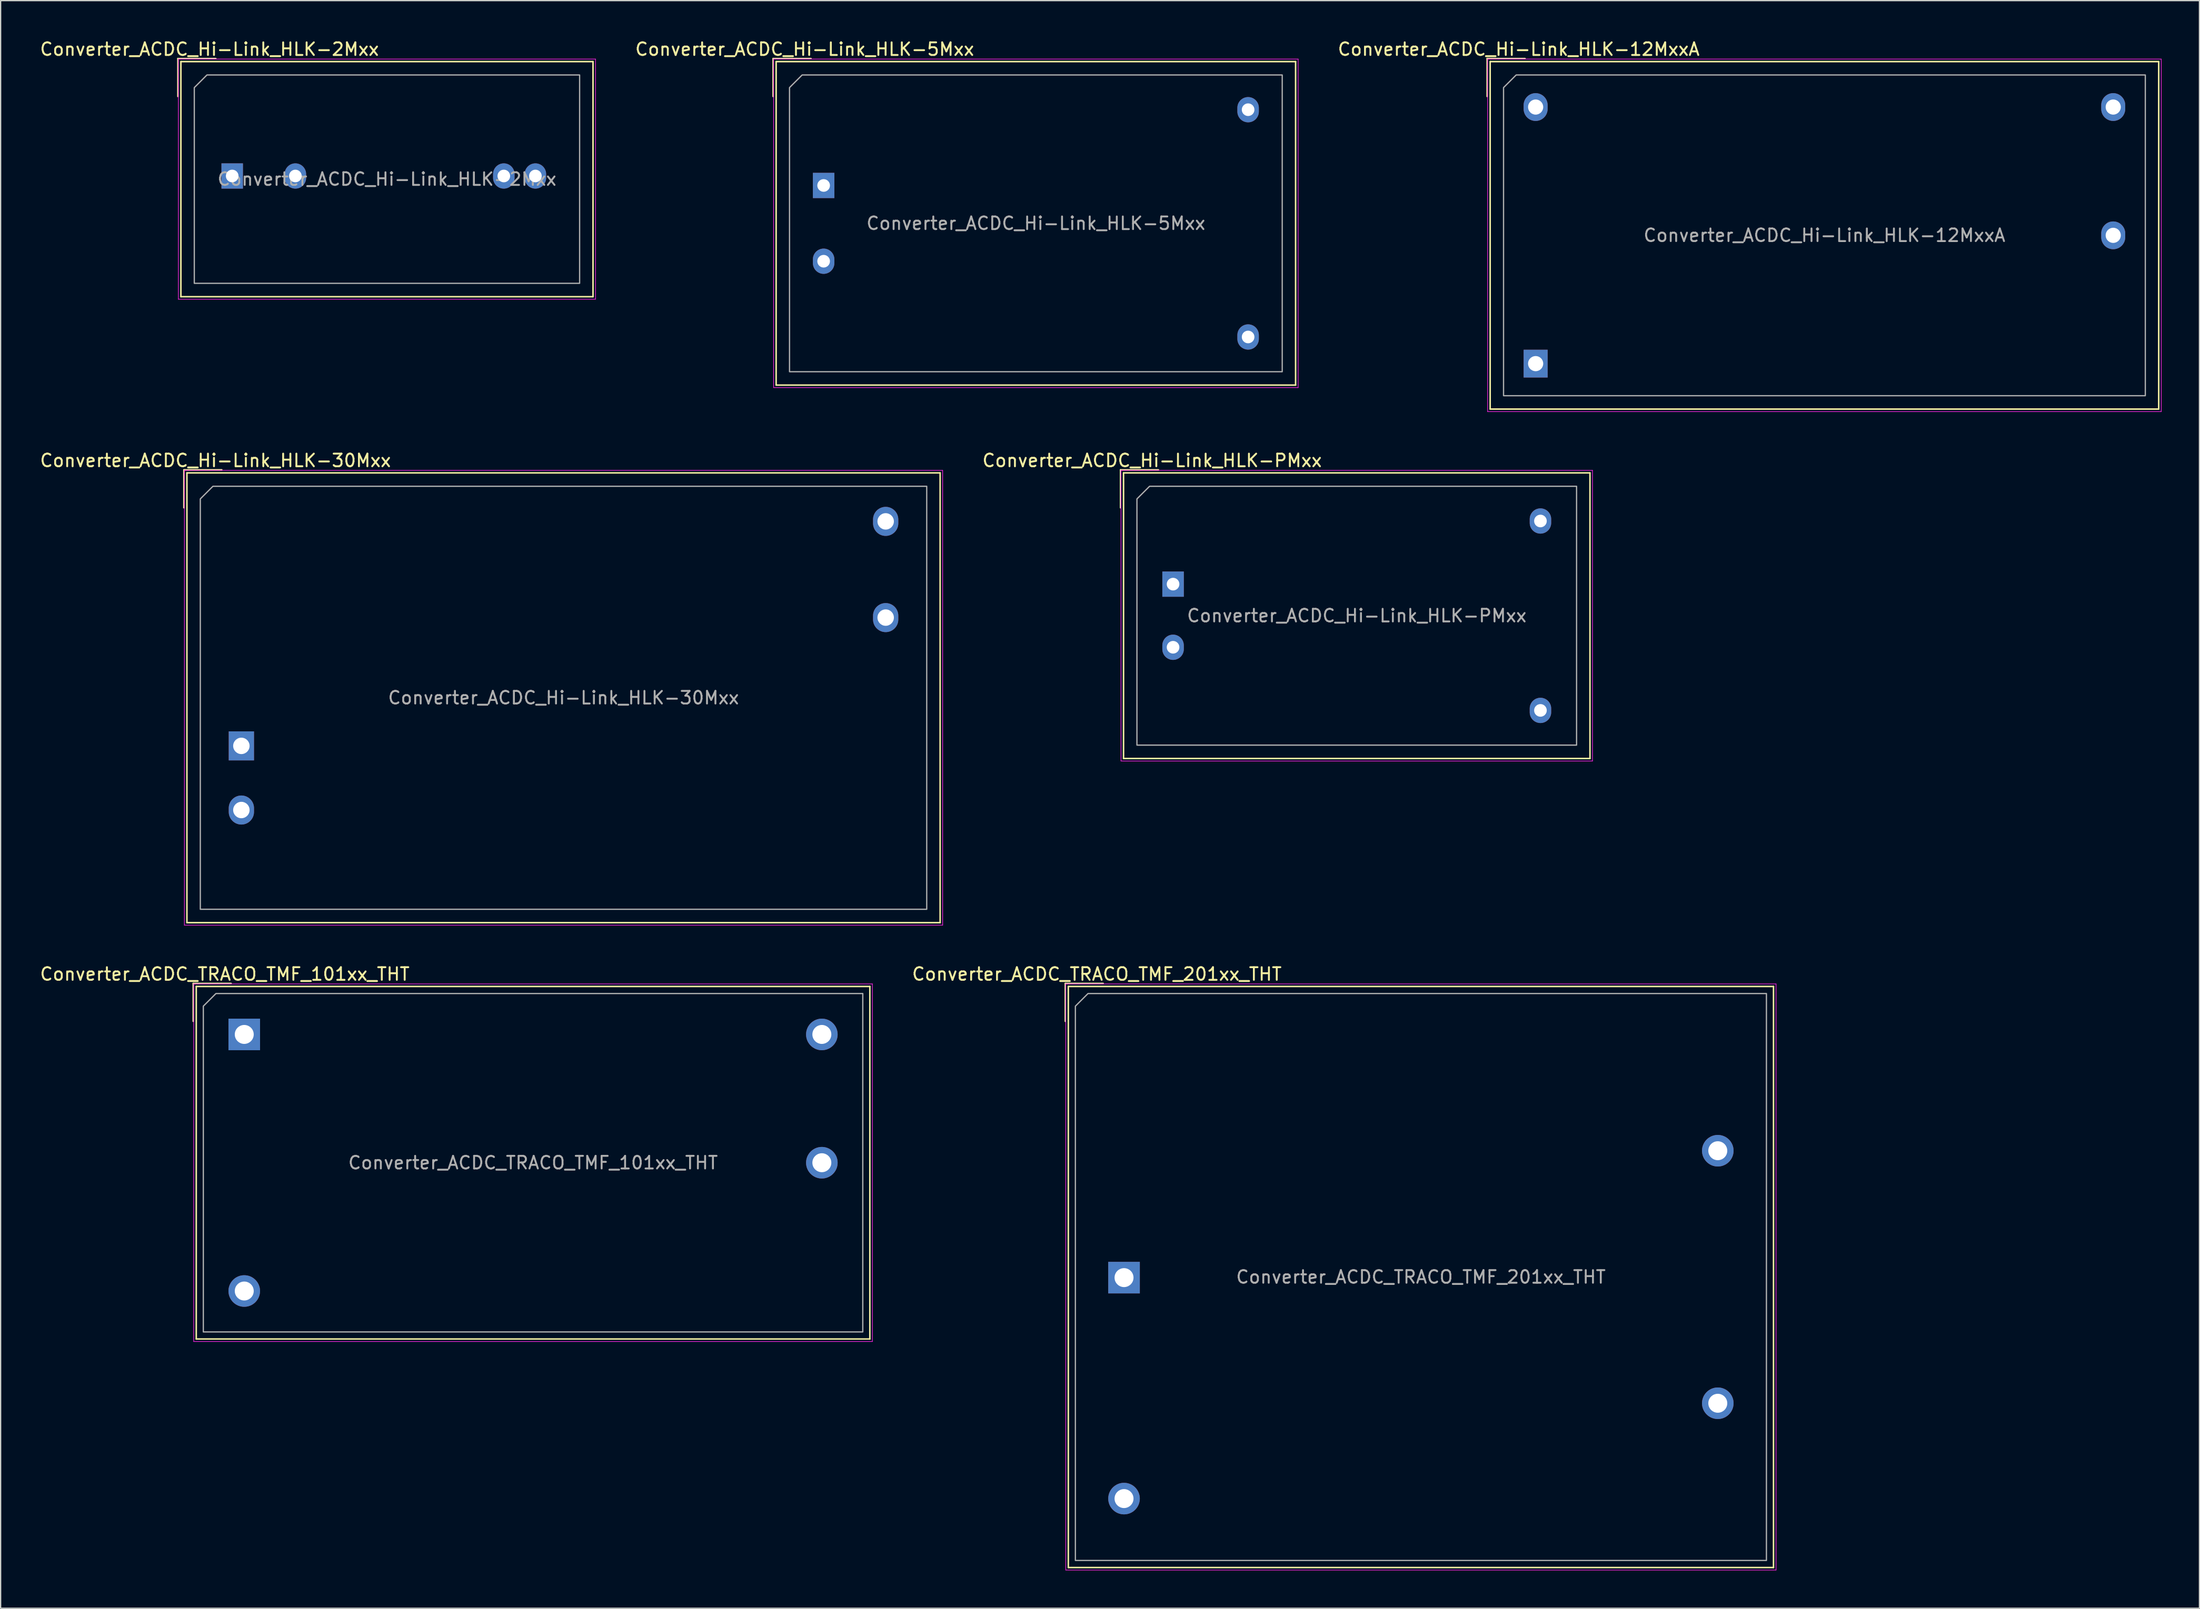
<source format=kicad_pcb>
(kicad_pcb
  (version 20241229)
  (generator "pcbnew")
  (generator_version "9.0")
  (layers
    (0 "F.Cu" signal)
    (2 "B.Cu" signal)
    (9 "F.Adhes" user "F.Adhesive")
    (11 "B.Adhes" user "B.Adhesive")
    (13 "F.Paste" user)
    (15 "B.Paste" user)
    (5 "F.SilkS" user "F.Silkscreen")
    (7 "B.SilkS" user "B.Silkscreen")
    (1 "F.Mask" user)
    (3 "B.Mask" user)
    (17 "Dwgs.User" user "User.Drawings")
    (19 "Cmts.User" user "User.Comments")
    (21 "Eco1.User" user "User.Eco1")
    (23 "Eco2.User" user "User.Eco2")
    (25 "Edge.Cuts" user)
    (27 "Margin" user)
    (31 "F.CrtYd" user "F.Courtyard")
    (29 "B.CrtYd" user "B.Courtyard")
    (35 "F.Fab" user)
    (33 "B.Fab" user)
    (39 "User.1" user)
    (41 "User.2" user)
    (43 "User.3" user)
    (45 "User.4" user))
  (footprint "Converter_ACDC_Hi-Link_HLK-30Mxx"
    (layer "F.Cu")
    (at 16.056 56.022)
    (property "Reference" "Converter_ACDC_Hi-Link_HLK-30Mxx" (at -2.05 -22.6 0) (layer "F.SilkS") (effects (font (size 1 1) (thickness 0.15))))
    (attr through_hole)
    (fp_line (start -4.55 -21.86) (end -1.55 -21.86) (stroke (width 0.12) (type solid)) (layer "F.SilkS"))
    (fp_line (start -4.55 -18.86) (end -4.55 -21.86) (stroke (width 0.12) (type solid)) (layer "F.SilkS"))
    (fp_line (start -4.31 -21.62) (end -4.31 14) (stroke (width 0.12) (type solid)) (layer "F.SilkS"))
    (fp_line (start -4.31 -21.62) (end 55.31 -21.62) (stroke (width 0.12) (type solid)) (layer "F.SilkS"))
    (fp_line (start -4.31 14) (end 55.31 14) (stroke (width 0.12) (type solid)) (layer "F.SilkS"))
    (fp_line (start 55.31 -21.62) (end 55.31 14) (stroke (width 0.12) (type solid)) (layer "F.SilkS"))
    (fp_line (start -4.51 -21.82) (end -4.51 14.2) (stroke (width 0.05) (type solid)) (layer "F.CrtYd"))
    (fp_line (start -4.51 14.2) (end 55.51 14.2) (stroke (width 0.05) (type solid)) (layer "F.CrtYd"))
    (fp_line (start 55.51 -21.82) (end -4.51 -21.82) (stroke (width 0.05) (type solid)) (layer "F.CrtYd"))
    (fp_line (start 55.51 14.2) (end 55.51 -21.82) (stroke (width 0.05) (type solid)) (layer "F.CrtYd"))
    (fp_poly (pts (xy -3.25 -19.56) (xy -3.25 12.94) (xy 54.25 12.94) (xy 54.25 -20.56) (xy -2.25 -20.56)) (stroke (width 0.1) (type solid)) (fill no) (layer "F.Fab"))
    (fp_text user "${REFERENCE}" (at 25.5 -3.81 0) (layer "F.Fab") (effects (font (size 1 1) (thickness 0.15))))
    (pad "1" thru_hole rect (at 0 0) (size 2 2.3) (drill 1.3) (layers "*.Cu" "*.Mask"))
    (pad "2" thru_hole oval (at 0 5.08) (size 2 2.3) (drill 1.3) (layers "*.Cu" "*.Mask"))
    (pad "3" thru_hole oval (at 51 -17.78) (size 2 2.3) (drill 1.3) (layers "*.Cu" "*.Mask"))
    (pad "6" thru_hole oval (at 51 -10.16) (size 2 2.3) (drill 1.3) (layers "*.Cu" "*.Mask")))
  (footprint "Converter_ACDC_Hi-Link_HLK-2Mxx"
    (layer "F.Cu")
    (at 15.33 10.888)
    (property "Reference" "Converter_ACDC_Hi-Link_HLK-2Mxx" (at -1.8 -10.04 0) (layer "F.SilkS") (effects (font (size 1 1) (thickness 0.15))))
    (attr through_hole)
    (fp_line (start -4.3 -9.3) (end -1.3 -9.3) (stroke (width 0.12) (type solid)) (layer "F.SilkS"))
    (fp_line (start -4.3 -6.3) (end -4.3 -9.3) (stroke (width 0.12) (type solid)) (layer "F.SilkS"))
    (fp_line (start -4.06 -9.06) (end -4.06 9.56) (stroke (width 0.12) (type solid)) (layer "F.SilkS"))
    (fp_line (start -4.06 -9.06) (end 28.56 -9.06) (stroke (width 0.12) (type solid)) (layer "F.SilkS"))
    (fp_line (start -4.06 9.56) (end 28.56 9.56) (stroke (width 0.12) (type solid)) (layer "F.SilkS"))
    (fp_line (start 28.56 -9.06) (end 28.56 9.56) (stroke (width 0.12) (type solid)) (layer "F.SilkS"))
    (fp_line (start -4.26 -9.26) (end -4.26 9.76) (stroke (width 0.05) (type solid)) (layer "F.CrtYd"))
    (fp_line (start -4.26 9.76) (end 28.76 9.76) (stroke (width 0.05) (type solid)) (layer "F.CrtYd"))
    (fp_line (start 28.76 -9.26) (end -4.26 -9.26) (stroke (width 0.05) (type solid)) (layer "F.CrtYd"))
    (fp_line (start 28.76 9.76) (end 28.76 -9.26) (stroke (width 0.05) (type solid)) (layer "F.CrtYd"))
    (fp_poly (pts (xy -3 -7) (xy -3 8.5) (xy 27.5 8.5) (xy 27.5 -8) (xy -2 -8)) (stroke (width 0.1) (type solid)) (fill no) (layer "F.Fab"))
    (fp_text user "${REFERENCE}" (at 12.25 0.25 0) (layer "F.Fab") (effects (font (size 1 1) (thickness 0.15))))
    (pad "1" thru_hole rect (at 0 0) (size 1.7 2) (drill 1) (layers "*.Cu" "*.Mask"))
    (pad "2" thru_hole oval (at 5 0) (size 1.7 2) (drill 1) (layers "*.Cu" "*.Mask"))
    (pad "3" thru_hole oval (at 21.5 0) (size 1.7 2) (drill 1) (layers "*.Cu" "*.Mask"))
    (pad "4" thru_hole oval (at 24 0) (size 1.7 2) (drill 1) (layers "*.Cu" "*.Mask")))
  (footprint "Converter_ACDC_TRACO_TMF_101xx_THT"
    (layer "F.Cu")
    (at 16.284 78.875)
    (property "Reference" "Converter_ACDC_TRACO_TMF_101xx_THT" (at -1.54 -4.78 0) (layer "F.SilkS") (effects (font (size 1 1) (thickness 0.15))))
    (attr through_hole)
    (fp_line (start -4.04 -4.04) (end -1.04 -4.04) (stroke (width 0.12) (type solid)) (layer "F.SilkS"))
    (fp_line (start -4.04 -1.04) (end -4.04 -4.04) (stroke (width 0.12) (type solid)) (layer "F.SilkS"))
    (fp_line (start -3.8 -3.8) (end -3.8 24.12) (stroke (width 0.12) (type solid)) (layer "F.SilkS"))
    (fp_line (start -3.8 -3.8) (end 49.52 -3.8) (stroke (width 0.12) (type solid)) (layer "F.SilkS"))
    (fp_line (start -3.8 24.12) (end 49.52 24.12) (stroke (width 0.12) (type solid)) (layer "F.SilkS"))
    (fp_line (start 49.52 -3.8) (end 49.52 24.12) (stroke (width 0.12) (type solid)) (layer "F.SilkS"))
    (fp_line (start -4 -4) (end -4 24.32) (stroke (width 0.05) (type solid)) (layer "F.CrtYd"))
    (fp_line (start -4 24.32) (end 49.72 24.32) (stroke (width 0.05) (type solid)) (layer "F.CrtYd"))
    (fp_line (start 49.72 -4) (end -4 -4) (stroke (width 0.05) (type solid)) (layer "F.CrtYd"))
    (fp_line (start 49.72 24.32) (end 49.72 -4) (stroke (width 0.05) (type solid)) (layer "F.CrtYd"))
    (fp_poly (pts (xy -3.24 -2.24) (xy -3.24 23.56) (xy 48.96 23.56) (xy 48.96 -3.24) (xy -2.24 -3.24)) (stroke (width 0.1) (type solid)) (fill no) (layer "F.Fab"))
    (fp_text user "${REFERENCE}" (at 22.86 10.16 0) (layer "F.Fab") (effects (font (size 1 1) (thickness 0.15))))
    (pad "1" thru_hole rect (at 0 0) (size 2.5 2.5) (drill 1.5) (layers "*.Cu" "*.Mask"))
    (pad "2" thru_hole circle (at 0 20.32) (size 2.5 2.5) (drill 1.5) (layers "*.Cu" "*.Mask"))
    (pad "3" thru_hole circle (at 45.72 0) (size 2.5 2.5) (drill 1.5) (layers "*.Cu" "*.Mask"))
    (pad "4" thru_hole circle (at 45.72 10.16) (size 2.5 2.5) (drill 1.5) (layers "*.Cu" "*.Mask")))
  (footprint "Converter_ACDC_Hi-Link_HLK-5Mxx"
    (layer "F.Cu")
    (at 62.145 11.638)
    (property "Reference" "Converter_ACDC_Hi-Link_HLK-5Mxx" (at -1.5 -10.79 0) (layer "F.SilkS") (effects (font (size 1 1) (thickness 0.15))))
    (attr through_hole)
    (fp_line (start -4 -10.05) (end -1 -10.05) (stroke (width 0.12) (type solid)) (layer "F.SilkS"))
    (fp_line (start -4 -7.05) (end -4 -10.05) (stroke (width 0.12) (type solid)) (layer "F.SilkS"))
    (fp_line (start -3.76 -9.81) (end -3.76 15.81) (stroke (width 0.12) (type solid)) (layer "F.SilkS"))
    (fp_line (start -3.76 -9.81) (end 37.36 -9.81) (stroke (width 0.12) (type solid)) (layer "F.SilkS"))
    (fp_line (start -3.76 15.81) (end 37.36 15.81) (stroke (width 0.12) (type solid)) (layer "F.SilkS"))
    (fp_line (start 37.36 -9.81) (end 37.36 15.81) (stroke (width 0.12) (type solid)) (layer "F.SilkS"))
    (fp_line (start -3.96 -10.01) (end -3.96 16.01) (stroke (width 0.05) (type solid)) (layer "F.CrtYd"))
    (fp_line (start -3.96 16.01) (end 37.56 16.01) (stroke (width 0.05) (type solid)) (layer "F.CrtYd"))
    (fp_line (start 37.56 -10.01) (end -3.96 -10.01) (stroke (width 0.05) (type solid)) (layer "F.CrtYd"))
    (fp_line (start 37.56 16.01) (end 37.56 -10.01) (stroke (width 0.05) (type solid)) (layer "F.CrtYd"))
    (fp_poly (pts (xy -2.7 -7.75) (xy -2.7 14.75) (xy 36.3 14.75) (xy 36.3 -8.75) (xy -1.7 -8.75)) (stroke (width 0.1) (type solid)) (fill no) (layer "F.Fab"))
    (fp_text user "${REFERENCE}" (at 16.8 3 0) (layer "F.Fab") (effects (font (size 1 1) (thickness 0.15))))
    (pad "1" thru_hole rect (at 0 0) (size 1.7 2) (drill 1) (layers "*.Cu" "*.Mask"))
    (pad "2" thru_hole oval (at 0 6) (size 1.7 2) (drill 1) (layers "*.Cu" "*.Mask"))
    (pad "3" thru_hole oval (at 33.6 -6) (size 1.7 2) (drill 1) (layers "*.Cu" "*.Mask"))
    (pad "4" thru_hole oval (at 33.6 12) (size 1.7 2) (drill 1) (layers "*.Cu" "*.Mask")))
  (footprint "Converter_ACDC_Hi-Link_HLK-PMxx"
    (layer "F.Cu")
    (at 89.805 43.212)
    (property "Reference" "Converter_ACDC_Hi-Link_HLK-PMxx" (at -1.66 -9.79 0) (layer "F.SilkS") (effects (font (size 1 1) (thickness 0.15))))
    (attr through_hole)
    (fp_line (start -4.16 -9.05) (end -1.16 -9.05) (stroke (width 0.12) (type solid)) (layer "F.SilkS"))
    (fp_line (start -4.16 -6.05) (end -4.16 -9.05) (stroke (width 0.12) (type solid)) (layer "F.SilkS"))
    (fp_line (start -3.92 -8.81) (end -3.92 13.81) (stroke (width 0.12) (type solid)) (layer "F.SilkS"))
    (fp_line (start -3.92 -8.81) (end 33 -8.81) (stroke (width 0.12) (type solid)) (layer "F.SilkS"))
    (fp_line (start -3.92 13.81) (end 33 13.81) (stroke (width 0.12) (type solid)) (layer "F.SilkS"))
    (fp_line (start 33 -8.81) (end 33 13.81) (stroke (width 0.12) (type solid)) (layer "F.SilkS"))
    (fp_line (start -4.12 -9.01) (end -4.12 14.01) (stroke (width 0.05) (type solid)) (layer "F.CrtYd"))
    (fp_line (start -4.12 14.01) (end 33.2 14.01) (stroke (width 0.05) (type solid)) (layer "F.CrtYd"))
    (fp_line (start 33.2 -9.01) (end -4.12 -9.01) (stroke (width 0.05) (type solid)) (layer "F.CrtYd"))
    (fp_line (start 33.2 14.01) (end 33.2 -9.01) (stroke (width 0.05) (type solid)) (layer "F.CrtYd"))
    (fp_poly (pts (xy -2.86 -6.75) (xy -2.86 12.75) (xy 31.94 12.75) (xy 31.94 -7.75) (xy -1.86 -7.75)) (stroke (width 0.1) (type solid)) (fill no) (layer "F.Fab"))
    (fp_text user "${REFERENCE}" (at 14.54 2.5 0) (layer "F.Fab") (effects (font (size 1 1) (thickness 0.15))))
    (pad "1" thru_hole rect (at 0 0) (size 1.7 2) (drill 1) (layers "*.Cu" "*.Mask"))
    (pad "2" thru_hole oval (at 0 5) (size 1.7 2) (drill 1) (layers "*.Cu" "*.Mask"))
    (pad "3" thru_hole oval (at 29.08 -5) (size 1.7 2) (drill 1) (layers "*.Cu" "*.Mask"))
    (pad "4" thru_hole oval (at 29.08 10) (size 1.7 2) (drill 1) (layers "*.Cu" "*.Mask")))
  (footprint "Converter_ACDC_Hi-Link_HLK-12MxxA"
    (layer "F.Cu")
    (at 118.504 25.748)
    (property "Reference" "Converter_ACDC_Hi-Link_HLK-12MxxA" (at -1.34 -24.9 0) (layer "F.SilkS") (effects (font (size 1 1) (thickness 0.15))))
    (attr through_hole)
    (fp_line (start -3.84 -24.16) (end -0.84 -24.16) (stroke (width 0.12) (type solid)) (layer "F.SilkS"))
    (fp_line (start -3.84 -21.16) (end -3.84 -24.16) (stroke (width 0.12) (type solid)) (layer "F.SilkS"))
    (fp_line (start -3.6 -23.92) (end -3.6 3.6) (stroke (width 0.12) (type solid)) (layer "F.SilkS"))
    (fp_line (start -3.6 -23.92) (end 49.32 -23.92) (stroke (width 0.12) (type solid)) (layer "F.SilkS"))
    (fp_line (start -3.6 3.6) (end 49.32 3.6) (stroke (width 0.12) (type solid)) (layer "F.SilkS"))
    (fp_line (start 49.32 -23.92) (end 49.32 3.6) (stroke (width 0.12) (type solid)) (layer "F.SilkS"))
    (fp_line (start -3.8 -24.12) (end -3.8 3.8) (stroke (width 0.05) (type solid)) (layer "F.CrtYd"))
    (fp_line (start -3.8 3.8) (end 49.52 3.8) (stroke (width 0.05) (type solid)) (layer "F.CrtYd"))
    (fp_line (start 49.52 -24.12) (end -3.8 -24.12) (stroke (width 0.05) (type solid)) (layer "F.CrtYd"))
    (fp_line (start 49.52 3.8) (end 49.52 -24.12) (stroke (width 0.05) (type solid)) (layer "F.CrtYd"))
    (fp_poly (pts (xy -2.54 -21.86) (xy -2.54 2.54) (xy 48.26 2.54) (xy 48.26 -22.86) (xy -1.54 -22.86)) (stroke (width 0.1) (type solid)) (fill no) (layer "F.Fab"))
    (fp_text user "${REFERENCE}" (at 22.86 -10.16 0) (layer "F.Fab") (effects (font (size 1 1) (thickness 0.15))))
    (pad "1" thru_hole rect (at 0 0) (size 1.9 2.2) (drill 1.2) (layers "*.Cu" "*.Mask"))
    (pad "2" thru_hole oval (at 0 -20.32) (size 1.9 2.2) (drill 1.2) (layers "*.Cu" "*.Mask"))
    (pad "3" thru_hole oval (at 45.72 -20.32) (size 1.9 2.2) (drill 1.2) (layers "*.Cu" "*.Mask"))
    (pad "4" thru_hole oval (at 45.72 -10.16) (size 1.9 2.2) (drill 1.2) (layers "*.Cu" "*.Mask")))
  (footprint "Converter_ACDC_TRACO_TMF_201xx_THT"
    (layer "F.Cu")
    (at 85.923 98.135)
    (property "Reference" "Converter_ACDC_TRACO_TMF_201xx_THT" (at -2.15 -24.04 0) (layer "F.SilkS") (effects (font (size 1 1) (thickness 0.15))))
    (attr through_hole)
    (fp_line (start -4.65 -23.3) (end -1.65 -23.3) (stroke (width 0.12) (type solid)) (layer "F.SilkS"))
    (fp_line (start -4.65 -20.3) (end -4.65 -23.3) (stroke (width 0.12) (type solid)) (layer "F.SilkS"))
    (fp_line (start -4.41 -23.06) (end -4.41 22.96) (stroke (width 0.12) (type solid)) (layer "F.SilkS"))
    (fp_line (start -4.41 -23.06) (end 51.41 -23.06) (stroke (width 0.12) (type solid)) (layer "F.SilkS"))
    (fp_line (start -4.41 22.96) (end 51.41 22.96) (stroke (width 0.12) (type solid)) (layer "F.SilkS"))
    (fp_line (start 51.41 -23.06) (end 51.41 22.96) (stroke (width 0.12) (type solid)) (layer "F.SilkS"))
    (fp_line (start -4.61 -23.26) (end -4.61 23.16) (stroke (width 0.05) (type solid)) (layer "F.CrtYd"))
    (fp_line (start -4.61 23.16) (end 51.61 23.16) (stroke (width 0.05) (type solid)) (layer "F.CrtYd"))
    (fp_line (start 51.61 -23.26) (end -4.61 -23.26) (stroke (width 0.05) (type solid)) (layer "F.CrtYd"))
    (fp_line (start 51.61 23.16) (end 51.61 -23.26) (stroke (width 0.05) (type solid)) (layer "F.CrtYd"))
    (fp_poly (pts (xy -3.85 -21.5) (xy -3.85 22.4) (xy 50.85 22.4) (xy 50.85 -22.5) (xy -2.85 -22.5)) (stroke (width 0.1) (type solid)) (fill no) (layer "F.Fab"))
    (fp_text user "${REFERENCE}" (at 23.5 -0.05 0) (layer "F.Fab") (effects (font (size 1 1) (thickness 0.15))))
    (pad "1" thru_hole rect (at 0 0) (size 2.5 2.5) (drill 1.5) (layers "*.Cu" "*.Mask"))
    (pad "2" thru_hole circle (at 0 17.5) (size 2.5 2.5) (drill 1.5) (layers "*.Cu" "*.Mask"))
    (pad "3" thru_hole circle (at 47 -10.05) (size 2.5 2.5) (drill 1.5) (layers "*.Cu" "*.Mask"))
    (pad "4" thru_hole circle (at 47 9.95) (size 2.5 2.5) (drill 1.5) (layers "*.Cu" "*.Mask")))
  (gr_rect
    (start -3 -3)
    (end 171.049 124.32)
    (stroke (width 0.1) (type default))
    (fill no)
    (layer "Edge.Cuts")))
</source>
